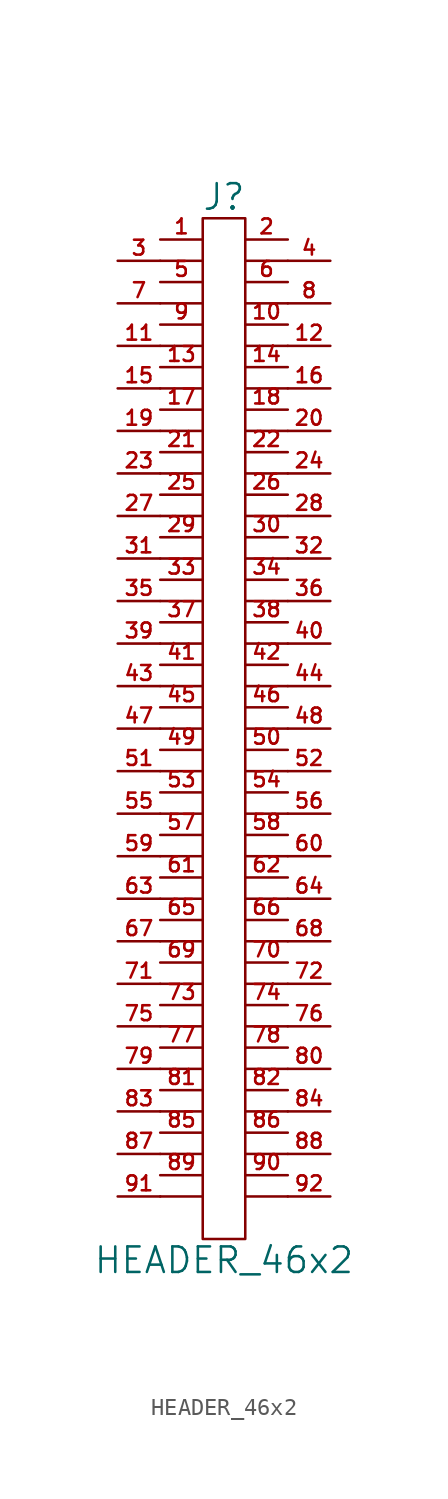
<source format=kicad_sym>
(kicad_symbol_lib
  (version 20220914)
  (generator kicad_symbol_editor)
  (symbol "HEADER_46x2"
    (pin_names
      (offset 0))
    (property "Reference" "J"
      (at 0 31.75 0)
      (effects (font (size 1.524 1.524))))
    (property "Value" "HEADER_46x2"
      (at 0 -31.75 0)
      (effects (font (size 1.524 1.524))))
    (property "Footprint" ""
      (at 0 5.08 0)
      (effects (font (size 1.524 1.524))))
    (property "Datasheet" ""
      (at 0 0 0)
      (effects (font (size 1.524 1.524))))
    (symbol "HEADER_46x2_0_1"
      (polyline (pts (xy -3.81 -27.94) (xy -1.27 -27.94)) (stroke (width 0) (type solid)) (fill (type none)))
      (polyline (pts (xy -3.81 -25.4) (xy -1.27 -25.4)) (stroke (width 0) (type solid)) (fill (type none)))
      (polyline (pts (xy -3.81 -22.86) (xy -1.27 -22.86)) (stroke (width 0) (type solid)) (fill (type none)))
      (polyline (pts (xy -3.81 -20.32) (xy -1.27 -20.32)) (stroke (width 0) (type solid)) (fill (type none)))
      (polyline (pts (xy -3.81 -17.78) (xy -1.27 -17.78)) (stroke (width 0) (type solid)) (fill (type none)))
      (polyline (pts (xy -3.81 -15.24) (xy -1.27 -15.24)) (stroke (width 0) (type solid)) (fill (type none)))
      (polyline (pts (xy -3.81 -12.7) (xy -1.27 -12.7)) (stroke (width 0) (type solid)) (fill (type none)))
      (polyline (pts (xy -3.81 -10.16) (xy -1.27 -10.16)) (stroke (width 0) (type solid)) (fill (type none)))
      (polyline (pts (xy -3.81 -7.62) (xy -1.27 -7.62)) (stroke (width 0) (type solid)) (fill (type none)))
      (polyline (pts (xy -3.81 -5.08) (xy -1.27 -5.08)) (stroke (width 0) (type solid)) (fill (type none)))
      (polyline (pts (xy -3.81 -2.54) (xy -1.27 -2.54)) (stroke (width 0) (type solid)) (fill (type none)))
      (polyline (pts (xy -3.81 0) (xy -1.27 0)) (stroke (width 0) (type solid)) (fill (type none)))
      (polyline (pts (xy -3.81 2.54) (xy -1.27 2.54)) (stroke (width 0) (type solid)) (fill (type none)))
      (polyline (pts (xy -3.81 5.08) (xy -1.27 5.08)) (stroke (width 0) (type solid)) (fill (type none)))
      (polyline (pts (xy -3.81 7.62) (xy -1.27 7.62)) (stroke (width 0) (type solid)) (fill (type none)))
      (polyline (pts (xy -3.81 10.16) (xy -1.27 10.16)) (stroke (width 0) (type solid)) (fill (type none)))
      (polyline (pts (xy -3.81 12.7) (xy -1.27 12.7)) (stroke (width 0) (type solid)) (fill (type none)))
      (polyline (pts (xy -3.81 15.24) (xy -1.27 15.24)) (stroke (width 0) (type solid)) (fill (type none)))
      (polyline (pts (xy -3.81 17.78) (xy -1.27 17.78)) (stroke (width 0) (type solid)) (fill (type none)))
      (polyline (pts (xy -3.81 20.32) (xy -1.27 20.32)) (stroke (width 0) (type solid)) (fill (type none)))
      (polyline (pts (xy -3.81 22.86) (xy -1.27 22.86)) (stroke (width 0) (type solid)) (fill (type none)))
      (polyline (pts (xy -3.81 25.4) (xy -1.27 25.4)) (stroke (width 0) (type solid)) (fill (type none)))
      (polyline (pts (xy -3.81 27.94) (xy -1.27 27.94)) (stroke (width 0) (type solid)) (fill (type none)))
      (polyline (pts (xy 1.27 -27.94) (xy 3.81 -27.94)) (stroke (width 0) (type solid)) (fill (type none)))
      (polyline (pts (xy 1.27 -25.4) (xy 3.81 -25.4)) (stroke (width 0) (type solid)) (fill (type none)))
      (polyline (pts (xy 1.27 -22.86) (xy 3.81 -22.86)) (stroke (width 0) (type solid)) (fill (type none)))
      (polyline (pts (xy 1.27 -20.32) (xy 3.81 -20.32)) (stroke (width 0) (type solid)) (fill (type none)))
      (polyline (pts (xy 1.27 -17.78) (xy 3.81 -17.78)) (stroke (width 0) (type solid)) (fill (type none)))
      (polyline (pts (xy 1.27 -15.24) (xy 3.81 -15.24)) (stroke (width 0) (type solid)) (fill (type none)))
      (polyline (pts (xy 1.27 -12.7) (xy 3.81 -12.7)) (stroke (width 0) (type solid)) (fill (type none)))
      (polyline (pts (xy 1.27 -10.16) (xy 3.81 -10.16)) (stroke (width 0) (type solid)) (fill (type none)))
      (polyline (pts (xy 1.27 -7.62) (xy 3.81 -7.62)) (stroke (width 0) (type solid)) (fill (type none)))
      (polyline (pts (xy 1.27 -5.08) (xy 3.81 -5.08)) (stroke (width 0) (type solid)) (fill (type none)))
      (polyline (pts (xy 1.27 -2.54) (xy 3.81 -2.54)) (stroke (width 0) (type solid)) (fill (type none)))
      (polyline (pts (xy 1.27 0) (xy 3.81 0)) (stroke (width 0) (type solid)) (fill (type none)))
      (polyline (pts (xy 1.27 2.54) (xy 3.81 2.54)) (stroke (width 0) (type solid)) (fill (type none)))
      (polyline (pts (xy 1.27 5.08) (xy 3.81 5.08)) (stroke (width 0) (type solid)) (fill (type none)))
      (polyline (pts (xy 1.27 7.62) (xy 3.81 7.62)) (stroke (width 0) (type solid)) (fill (type none)))
      (polyline (pts (xy 1.27 10.16) (xy 3.81 10.16)) (stroke (width 0) (type solid)) (fill (type none)))
      (polyline (pts (xy 1.27 12.7) (xy 3.81 12.7)) (stroke (width 0) (type solid)) (fill (type none)))
      (polyline (pts (xy 1.27 15.24) (xy 3.81 15.24)) (stroke (width 0) (type solid)) (fill (type none)))
      (polyline (pts (xy 1.27 17.78) (xy 3.81 17.78)) (stroke (width 0) (type solid)) (fill (type none)))
      (polyline (pts (xy 1.27 20.32) (xy 3.81 20.32)) (stroke (width 0) (type solid)) (fill (type none)))
      (polyline (pts (xy 1.27 22.86) (xy 3.81 22.86)) (stroke (width 0) (type solid)) (fill (type none)))
      (polyline (pts (xy 1.27 25.4) (xy 3.81 25.4)) (stroke (width 0) (type solid)) (fill (type none)))
      (polyline (pts (xy 1.27 27.94) (xy 3.81 27.94)) (stroke (width 0) (type solid)) (fill (type none)))
      (rectangle (start 1.27 -30.48) (end -1.27 30.48) (stroke (width 0) (type solid)) (fill (type none))))
    (symbol "HEADER_46x2_1_1"
      (pin passive line (at -3.81 29.21 0) (length 2.54) (name "~" (effects (font (size 1.27 1.27)))) (number "1" (effects (font (size 0.889 0.889)))))
      (pin passive line (at 3.81 24.13 180) (length 2.54) (name "~" (effects (font (size 1.27 1.27)))) (number "10" (effects (font (size 0.889 0.889)))))
      (pin passive line (at -6.35 22.86 0) (length 2.54) (name "~" (effects (font (size 1.27 1.27)))) (number "11" (effects (font (size 0.889 0.889)))))
      (pin passive line (at 6.35 22.86 180) (length 2.54) (name "~" (effects (font (size 1.27 1.27)))) (number "12" (effects (font (size 0.889 0.889)))))
      (pin passive line (at -3.81 21.59 0) (length 2.54) (name "~" (effects (font (size 1.27 1.27)))) (number "13" (effects (font (size 0.889 0.889)))))
      (pin passive line (at 3.81 21.59 180) (length 2.54) (name "~" (effects (font (size 1.27 1.27)))) (number "14" (effects (font (size 0.889 0.889)))))
      (pin passive line (at -6.35 20.32 0) (length 2.54) (name "~" (effects (font (size 1.27 1.27)))) (number "15" (effects (font (size 0.889 0.889)))))
      (pin passive line (at 6.35 20.32 180) (length 2.54) (name "~" (effects (font (size 1.27 1.27)))) (number "16" (effects (font (size 0.889 0.889)))))
      (pin passive line (at -3.81 19.05 0) (length 2.54) (name "~" (effects (font (size 1.27 1.27)))) (number "17" (effects (font (size 0.889 0.889)))))
      (pin passive line (at 3.81 19.05 180) (length 2.54) (name "~" (effects (font (size 1.27 1.27)))) (number "18" (effects (font (size 0.889 0.889)))))
      (pin passive line (at -6.35 17.78 0) (length 2.54) (name "~" (effects (font (size 1.27 1.27)))) (number "19" (effects (font (size 0.889 0.889)))))
      (pin passive line (at 3.81 29.21 180) (length 2.54) (name "~" (effects (font (size 1.27 1.27)))) (number "2" (effects (font (size 0.889 0.889)))))
      (pin passive line (at 6.35 17.78 180) (length 2.54) (name "~" (effects (font (size 1.27 1.27)))) (number "20" (effects (font (size 0.889 0.889)))))
      (pin passive line (at -3.81 16.51 0) (length 2.54) (name "~" (effects (font (size 1.27 1.27)))) (number "21" (effects (font (size 0.889 0.889)))))
      (pin passive line (at 3.81 16.51 180) (length 2.54) (name "~" (effects (font (size 1.27 1.27)))) (number "22" (effects (font (size 0.889 0.889)))))
      (pin passive line (at -6.35 15.24 0) (length 2.54) (name "~" (effects (font (size 1.27 1.27)))) (number "23" (effects (font (size 0.889 0.889)))))
      (pin passive line (at 6.35 15.24 180) (length 2.54) (name "~" (effects (font (size 1.27 1.27)))) (number "24" (effects (font (size 0.889 0.889)))))
      (pin passive line (at -3.81 13.97 0) (length 2.54) (name "~" (effects (font (size 1.27 1.27)))) (number "25" (effects (font (size 0.889 0.889)))))
      (pin passive line (at 3.81 13.97 180) (length 2.54) (name "~" (effects (font (size 1.27 1.27)))) (number "26" (effects (font (size 0.889 0.889)))))
      (pin passive line (at -6.35 12.7 0) (length 2.54) (name "~" (effects (font (size 1.27 1.27)))) (number "27" (effects (font (size 0.889 0.889)))))
      (pin passive line (at 6.35 12.7 180) (length 2.54) (name "~" (effects (font (size 1.27 1.27)))) (number "28" (effects (font (size 0.889 0.889)))))
      (pin passive line (at -3.81 11.43 0) (length 2.54) (name "~" (effects (font (size 1.27 1.27)))) (number "29" (effects (font (size 0.889 0.889)))))
      (pin passive line (at -6.35 27.94 0) (length 2.54) (name "~" (effects (font (size 1.27 1.27)))) (number "3" (effects (font (size 0.889 0.889)))))
      (pin passive line (at 3.81 11.43 180) (length 2.54) (name "~" (effects (font (size 1.27 1.27)))) (number "30" (effects (font (size 0.889 0.889)))))
      (pin passive line (at -6.35 10.16 0) (length 2.54) (name "~" (effects (font (size 1.27 1.27)))) (number "31" (effects (font (size 0.889 0.889)))))
      (pin passive line (at 6.35 10.16 180) (length 2.54) (name "~" (effects (font (size 1.27 1.27)))) (number "32" (effects (font (size 0.889 0.889)))))
      (pin passive line (at -3.81 8.89 0) (length 2.54) (name "~" (effects (font (size 1.27 1.27)))) (number "33" (effects (font (size 0.889 0.889)))))
      (pin passive line (at 3.81 8.89 180) (length 2.54) (name "~" (effects (font (size 1.27 1.27)))) (number "34" (effects (font (size 0.889 0.889)))))
      (pin passive line (at -6.35 7.62 0) (length 2.54) (name "~" (effects (font (size 1.27 1.27)))) (number "35" (effects (font (size 0.889 0.889)))))
      (pin passive line (at 6.35 7.62 180) (length 2.54) (name "~" (effects (font (size 1.27 1.27)))) (number "36" (effects (font (size 0.889 0.889)))))
      (pin passive line (at -3.81 6.35 0) (length 2.54) (name "~" (effects (font (size 0.889 0.889)))) (number "37" (effects (font (size 0.889 0.889)))))
      (pin passive line (at 3.81 6.35 180) (length 2.54) (name "~" (effects (font (size 1.27 1.27)))) (number "38" (effects (font (size 0.889 0.889)))))
      (pin passive line (at -6.35 5.08 0) (length 2.54) (name "~" (effects (font (size 1.27 1.27)))) (number "39" (effects (font (size 0.889 0.889)))))
      (pin passive line (at 6.35 27.94 180) (length 2.54) (name "~" (effects (font (size 1.27 1.27)))) (number "4" (effects (font (size 0.889 0.889)))))
      (pin passive line (at 6.35 5.08 180) (length 2.54) (name "~" (effects (font (size 1.27 1.27)))) (number "40" (effects (font (size 0.889 0.889)))))
      (pin passive line (at -3.81 3.81 0) (length 2.54) (name "~" (effects (font (size 1.27 1.27)))) (number "41" (effects (font (size 0.889 0.889)))))
      (pin passive line (at 3.81 3.81 180) (length 2.54) (name "~" (effects (font (size 1.27 1.27)))) (number "42" (effects (font (size 0.889 0.889)))))
      (pin passive line (at -6.35 2.54 0) (length 2.54) (name "~" (effects (font (size 1.27 1.27)))) (number "43" (effects (font (size 0.889 0.889)))))
      (pin passive line (at 6.35 2.54 180) (length 2.54) (name "~" (effects (font (size 1.27 1.27)))) (number "44" (effects (font (size 0.889 0.889)))))
      (pin passive line (at -3.81 1.27 0) (length 2.54) (name "~" (effects (font (size 1.27 1.27)))) (number "45" (effects (font (size 0.889 0.889)))))
      (pin passive line (at 3.81 1.27 180) (length 2.54) (name "~" (effects (font (size 1.27 1.27)))) (number "46" (effects (font (size 0.889 0.889)))))
      (pin passive line (at -6.35 0 0) (length 2.54) (name "~" (effects (font (size 1.27 1.27)))) (number "47" (effects (font (size 0.889 0.889)))))
      (pin passive line (at 6.35 0 180) (length 2.54) (name "~" (effects (font (size 1.27 1.27)))) (number "48" (effects (font (size 0.889 0.889)))))
      (pin passive line (at -3.81 -1.27 0) (length 2.54) (name "~" (effects (font (size 1.27 1.27)))) (number "49" (effects (font (size 0.889 0.889)))))
      (pin passive line (at -3.81 26.67 0) (length 2.54) (name "~" (effects (font (size 1.27 1.27)))) (number "5" (effects (font (size 0.889 0.889)))))
      (pin passive line (at 3.81 -1.27 180) (length 2.54) (name "~" (effects (font (size 1.27 1.27)))) (number "50" (effects (font (size 0.889 0.889)))))
      (pin passive line (at -6.35 -2.54 0) (length 2.54) (name "~" (effects (font (size 1.27 1.27)))) (number "51" (effects (font (size 0.889 0.889)))))
      (pin passive line (at 6.35 -2.54 180) (length 2.54) (name "~" (effects (font (size 1.27 1.27)))) (number "52" (effects (font (size 0.889 0.889)))))
      (pin passive line (at -3.81 -3.81 0) (length 2.54) (name "~" (effects (font (size 1.27 1.27)))) (number "53" (effects (font (size 0.889 0.889)))))
      (pin passive line (at 3.81 -3.81 180) (length 2.54) (name "~" (effects (font (size 1.27 1.27)))) (number "54" (effects (font (size 0.889 0.889)))))
      (pin passive line (at -6.35 -5.08 0) (length 2.54) (name "~" (effects (font (size 1.27 1.27)))) (number "55" (effects (font (size 0.889 0.889)))))
      (pin passive line (at 6.35 -5.08 180) (length 2.54) (name "~" (effects (font (size 1.27 1.27)))) (number "56" (effects (font (size 0.889 0.889)))))
      (pin passive line (at -3.81 -6.35 0) (length 2.54) (name "~" (effects (font (size 1.27 1.27)))) (number "57" (effects (font (size 0.889 0.889)))))
      (pin passive line (at 3.81 -6.35 180) (length 2.54) (name "~" (effects (font (size 1.27 1.27)))) (number "58" (effects (font (size 0.889 0.889)))))
      (pin passive line (at -6.35 -7.62 0) (length 2.54) (name "~" (effects (font (size 1.27 1.27)))) (number "59" (effects (font (size 0.889 0.889)))))
      (pin passive line (at 3.81 26.67 180) (length 2.54) (name "~" (effects (font (size 1.27 1.27)))) (number "6" (effects (font (size 0.889 0.889)))))
      (pin passive line (at 6.35 -7.62 180) (length 2.54) (name "~" (effects (font (size 1.27 1.27)))) (number "60" (effects (font (size 0.889 0.889)))))
      (pin passive line (at -3.81 -8.89 0) (length 2.54) (name "~" (effects (font (size 1.27 1.27)))) (number "61" (effects (font (size 0.889 0.889)))))
      (pin passive line (at 3.81 -8.89 180) (length 2.54) (name "~" (effects (font (size 1.27 1.27)))) (number "62" (effects (font (size 0.889 0.889)))))
      (pin passive line (at -6.35 -10.16 0) (length 2.54) (name "~" (effects (font (size 1.27 1.27)))) (number "63" (effects (font (size 0.889 0.889)))))
      (pin passive line (at 6.35 -10.16 180) (length 2.54) (name "~" (effects (font (size 1.27 1.27)))) (number "64" (effects (font (size 0.889 0.889)))))
      (pin passive line (at -3.81 -11.43 0) (length 2.54) (name "~" (effects (font (size 1.27 1.27)))) (number "65" (effects (font (size 0.889 0.889)))))
      (pin passive line (at 3.81 -11.43 180) (length 2.54) (name "~" (effects (font (size 1.27 1.27)))) (number "66" (effects (font (size 0.889 0.889)))))
      (pin passive line (at -6.35 -12.7 0) (length 2.54) (name "~" (effects (font (size 1.27 1.27)))) (number "67" (effects (font (size 0.889 0.889)))))
      (pin passive line (at 6.35 -12.7 180) (length 2.54) (name "~" (effects (font (size 1.27 1.27)))) (number "68" (effects (font (size 0.889 0.889)))))
      (pin passive line (at -3.81 -13.97 0) (length 2.54) (name "~" (effects (font (size 1.27 1.27)))) (number "69" (effects (font (size 0.889 0.889)))))
      (pin passive line (at -6.35 25.4 0) (length 2.54) (name "~" (effects (font (size 1.27 1.27)))) (number "7" (effects (font (size 0.889 0.889)))))
      (pin passive line (at 3.81 -13.97 180) (length 2.54) (name "~" (effects (font (size 1.27 1.27)))) (number "70" (effects (font (size 0.889 0.889)))))
      (pin passive line (at -6.35 -15.24 0) (length 2.54) (name "~" (effects (font (size 1.27 1.27)))) (number "71" (effects (font (size 0.889 0.889)))))
      (pin passive line (at 6.35 -15.24 180) (length 2.54) (name "~" (effects (font (size 1.27 1.27)))) (number "72" (effects (font (size 0.889 0.889)))))
      (pin passive line (at -3.81 -16.51 0) (length 2.54) (name "~" (effects (font (size 1.27 1.27)))) (number "73" (effects (font (size 0.889 0.889)))))
      (pin passive line (at 3.81 -16.51 180) (length 2.54) (name "~" (effects (font (size 1.27 1.27)))) (number "74" (effects (font (size 0.889 0.889)))))
      (pin passive line (at -6.35 -17.78 0) (length 2.54) (name "~" (effects (font (size 1.27 1.27)))) (number "75" (effects (font (size 0.889 0.889)))))
      (pin passive line (at 6.35 -17.78 180) (length 2.54) (name "~" (effects (font (size 1.27 1.27)))) (number "76" (effects (font (size 0.889 0.889)))))
      (pin passive line (at -3.81 -19.05 0) (length 2.54) (name "~" (effects (font (size 1.27 1.27)))) (number "77" (effects (font (size 0.889 0.889)))))
      (pin passive line (at 3.81 -19.05 180) (length 2.54) (name "~" (effects (font (size 1.27 1.27)))) (number "78" (effects (font (size 0.889 0.889)))))
      (pin passive line (at -6.35 -20.32 0) (length 2.54) (name "~" (effects (font (size 1.27 1.27)))) (number "79" (effects (font (size 0.889 0.889)))))
      (pin passive line (at 6.35 25.4 180) (length 2.54) (name "~" (effects (font (size 1.27 1.27)))) (number "8" (effects (font (size 0.889 0.889)))))
      (pin passive line (at 6.35 -20.32 180) (length 2.54) (name "~" (effects (font (size 1.27 1.27)))) (number "80" (effects (font (size 0.889 0.889)))))
      (pin passive line (at -3.81 -21.59 0) (length 2.54) (name "~" (effects (font (size 1.27 1.27)))) (number "81" (effects (font (size 0.889 0.889)))))
      (pin passive line (at 3.81 -21.59 180) (length 2.54) (name "~" (effects (font (size 1.27 1.27)))) (number "82" (effects (font (size 0.889 0.889)))))
      (pin passive line (at -6.35 -22.86 0) (length 2.54) (name "~" (effects (font (size 1.27 1.27)))) (number "83" (effects (font (size 0.889 0.889)))))
      (pin passive line (at 6.35 -22.86 180) (length 2.54) (name "~" (effects (font (size 1.27 1.27)))) (number "84" (effects (font (size 0.889 0.889)))))
      (pin passive line (at -3.81 -24.13 0) (length 2.54) (name "~" (effects (font (size 1.27 1.27)))) (number "85" (effects (font (size 0.889 0.889)))))
      (pin passive line (at 3.81 -24.13 180) (length 2.54) (name "~" (effects (font (size 1.27 1.27)))) (number "86" (effects (font (size 0.889 0.889)))))
      (pin passive line (at -6.35 -25.4 0) (length 2.54) (name "~" (effects (font (size 1.27 1.27)))) (number "87" (effects (font (size 0.889 0.889)))))
      (pin passive line (at 6.35 -25.4 180) (length 2.54) (name "~" (effects (font (size 1.27 1.27)))) (number "88" (effects (font (size 0.889 0.889)))))
      (pin passive line (at -3.81 -26.67 0) (length 2.54) (name "~" (effects (font (size 1.27 1.27)))) (number "89" (effects (font (size 0.889 0.889)))))
      (pin passive line (at -3.81 24.13 0) (length 2.54) (name "~" (effects (font (size 1.27 1.27)))) (number "9" (effects (font (size 0.889 0.889)))))
      (pin passive line (at 3.81 -26.67 180) (length 2.54) (name "~" (effects (font (size 1.27 1.27)))) (number "90" (effects (font (size 0.889 0.889)))))
      (pin passive line (at -6.35 -27.94 0) (length 2.54) (name "~" (effects (font (size 1.27 1.27)))) (number "91" (effects (font (size 0.889 0.889)))))
      (pin passive line (at 6.35 -27.94 180) (length 2.54) (name "~" (effects (font (size 1.27 1.27)))) (number "92" (effects (font (size 0.889 0.889))))))))
</source>
